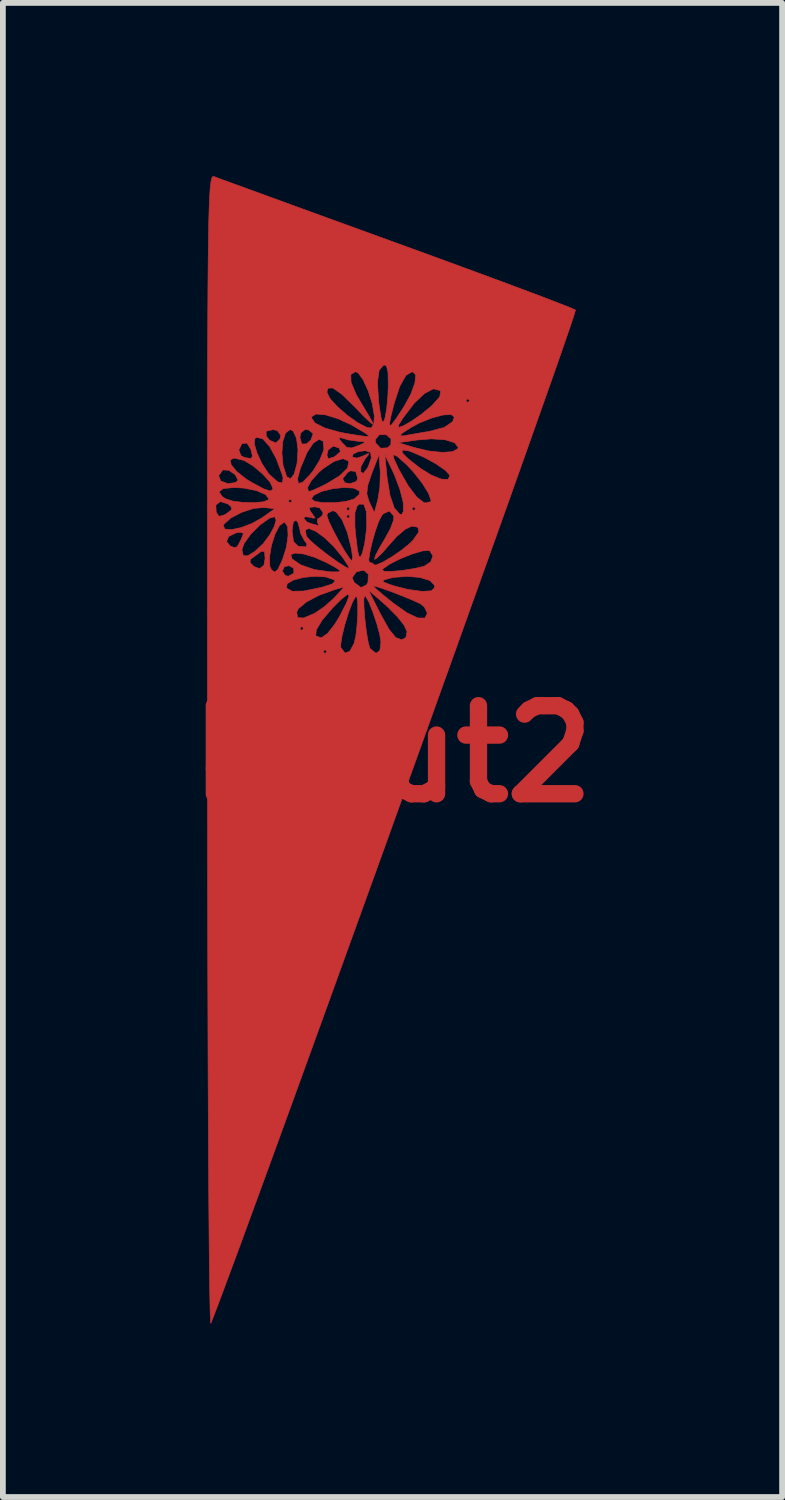
<source format=kicad_pcb>
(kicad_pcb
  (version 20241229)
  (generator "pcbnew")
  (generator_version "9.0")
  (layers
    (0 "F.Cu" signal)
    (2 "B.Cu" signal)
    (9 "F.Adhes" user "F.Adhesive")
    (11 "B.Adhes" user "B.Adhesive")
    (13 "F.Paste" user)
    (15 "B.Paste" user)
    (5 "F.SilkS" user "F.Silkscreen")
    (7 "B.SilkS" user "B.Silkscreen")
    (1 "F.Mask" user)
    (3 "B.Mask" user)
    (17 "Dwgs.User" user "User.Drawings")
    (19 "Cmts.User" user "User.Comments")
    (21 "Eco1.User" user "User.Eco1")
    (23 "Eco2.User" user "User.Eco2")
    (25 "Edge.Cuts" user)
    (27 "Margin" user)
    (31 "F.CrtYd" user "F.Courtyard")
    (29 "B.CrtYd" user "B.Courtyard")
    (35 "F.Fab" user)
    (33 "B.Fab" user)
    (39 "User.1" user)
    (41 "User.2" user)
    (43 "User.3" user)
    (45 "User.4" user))
  (footprint "kikut2"
    (layer "F.Cu")
    (at 3.745 10.001)
    (property "Reference" "kikut2" (at 0 0 0) (layer "F.Cu") (effects (font (size 1.524 1.524) (thickness 0.3))))
    (attr through_hole)
    (fp_poly (pts (xy -3.093 -9.995) (xy -3.091 -9.995) (xy -3.007 -9.963) (xy -2.809 -9.891) (xy -2.511 -9.782) (xy -2.126 -9.642) (xy -1.666 -9.474) (xy -1.143 -9.284) (xy -0.572 -9.076) (xy 0.036 -8.855) (xy 0.067 -8.844) (xy 0.674 -8.623) (xy 1.244 -8.414) (xy 1.763 -8.223) (xy 2.219 -8.053) (xy 2.6 -7.91) (xy 2.893 -7.797) (xy 3.086 -7.721) (xy 3.166 -7.685) (xy 3.167 -7.684) (xy 3.149 -7.619) (xy 3.089 -7.436) (xy 2.989 -7.145) (xy 2.854 -6.755) (xy 2.684 -6.273) (xy 2.485 -5.71) (xy 2.259 -5.073) (xy 2.01 -4.371) (xy 1.739 -3.613) (xy 1.451 -2.808) (xy 1.149 -1.964) (xy 0.835 -1.089) (xy 0.514 -0.194) (xy 0.187 0.714) (xy -0.141 1.627) (xy -0.469 2.534) (xy -0.792 3.428) (xy -1.107 4.3) (xy -1.412 5.141) (xy -1.703 5.943) (xy -1.977 6.696) (xy -2.231 7.393) (xy -2.462 8.024) (xy -2.666 8.581) (xy -2.842 9.055) (xy -2.984 9.437) (xy -3.091 9.719) (xy -3.146 9.859) (xy -3.152 9.809) (xy -3.158 9.632) (xy -3.164 9.336) (xy -3.17 8.928) (xy -3.175 8.415) (xy -3.18 7.804) (xy -3.185 7.103) (xy -3.189 6.318) (xy -3.193 5.457) (xy -3.196 4.527) (xy -3.199 3.535) (xy -3.201 2.488) (xy -3.203 1.394) (xy -3.204 0.259) (xy -3.204 -0.024) (xy -3.205 -1.377) (xy -3.205 -1.771) (xy -1.203 -1.771) (xy -1.17 -1.738) (xy -1.136 -1.771) (xy -1.17 -1.805) (xy -1.203 -1.771) (xy -3.205 -1.771) (xy -3.205 -1.875) (xy -0.899 -1.875) (xy -0.895 -1.842) (xy -0.823 -1.746) (xy -0.739 -1.778) (xy -0.667 -1.909) (xy -0.636 -2.039) (xy -0.615 -2.221) (xy -0.603 -2.419) (xy -0.602 -2.594) (xy -0.611 -2.682) (xy -0.497 -2.682) (xy -0.494 -2.531) (xy -0.478 -2.331) (xy -0.453 -2.12) (xy -0.423 -1.94) (xy -0.393 -1.831) (xy -0.386 -1.821) (xy -0.285 -1.742) (xy -0.22 -1.789) (xy -0.201 -1.933) (xy -0.221 -2.065) (xy -0.272 -2.252) (xy -0.339 -2.452) (xy -0.408 -2.625) (xy -0.465 -2.728) (xy -0.482 -2.741) (xy -0.497 -2.682) (xy -0.611 -2.682) (xy -0.614 -2.708) (xy -0.637 -2.728) (xy -0.695 -2.624) (xy -0.764 -2.441) (xy -0.83 -2.224) (xy -0.879 -2.02) (xy -0.899 -1.875) (xy -3.205 -1.875) (xy -3.205 -2.044) (xy -1.329 -2.044) (xy -1.246 -2.014) (xy -1.22 -2.018) (xy -1.125 -2.086) (xy -1.005 -2.237) (xy -0.921 -2.374) (xy -0.798 -2.612) (xy -0.75 -2.741) (xy -0.78 -2.762) (xy -0.888 -2.677) (xy -1.038 -2.527) (xy -1.22 -2.314) (xy -1.319 -2.148) (xy -1.329 -2.044) (xy -3.205 -2.044) (xy -3.205 -2.172) (xy -1.604 -2.172) (xy -1.571 -2.139) (xy -1.537 -2.172) (xy -1.571 -2.206) (xy -1.604 -2.172) (xy -3.205 -2.172) (xy -3.205 -2.456) (xy -1.659 -2.456) (xy -1.644 -2.359) (xy -1.541 -2.353) (xy -1.35 -2.433) (xy -1.177 -2.551) (xy -1.007 -2.704) (xy -1.003 -2.709) (xy -0.887 -2.835) (xy -0.417 -2.835) (xy -0.211 -2.427) (xy -0.063 -2.161) (xy 0.056 -2.014) (xy 0.158 -1.976) (xy 0.232 -2.015) (xy 0.251 -2.118) (xy 0.198 -2.231) (xy 0.089 -2.368) (xy -0.075 -2.536) (xy -0.158 -2.611) (xy -0.417 -2.835) (xy -0.887 -2.835) (xy -0.836 -2.891) (xy -1.003 -2.843) (xy -1.272 -2.746) (xy -1.491 -2.63) (xy -1.629 -2.515) (xy -1.659 -2.456) (xy -3.205 -2.456) (xy -3.205 -2.603) (xy -3.205 -2.871) (xy -1.836 -2.871) (xy -1.737 -2.816) (xy -1.538 -2.82) (xy -1.229 -2.883) (xy -1.227 -2.884) (xy -1.046 -2.941) (xy -0.992 -2.992) (xy -1.014 -3.016) (xy -1.112 -3.049) (xy -0.699 -3.049) (xy -0.661 -2.966) (xy -0.545 -2.88) (xy -0.488 -2.907) (xy -0.334 -2.907) (xy -0.286 -2.858) (xy -0.16 -2.75) (xy 0.009 -2.613) (xy 0.252 -2.441) (xy 0.441 -2.353) (xy 0.562 -2.353) (xy 0.602 -2.437) (xy 0.549 -2.547) (xy 0.481 -2.6) (xy 0.353 -2.659) (xy 0.172 -2.734) (xy -0.025 -2.81) (xy -0.199 -2.872) (xy -0.312 -2.906) (xy -0.334 -2.907) (xy -0.488 -2.907) (xy -0.452 -2.923) (xy -0.424 -2.978) (xy -0.162 -2.978) (xy -0.053 -2.935) (xy 0.033 -2.907) (xy 0.266 -2.848) (xy 0.492 -2.816) (xy 0.523 -2.814) (xy 0.675 -2.824) (xy 0.726 -2.876) (xy 0.723 -2.924) (xy 0.647 -3.002) (xy 0.478 -3.054) (xy 0.258 -3.074) (xy 0.025 -3.056) (xy -0.061 -3.038) (xy -0.161 -3.006) (xy -0.162 -2.978) (xy -0.424 -2.978) (xy -0.424 -2.979) (xy -0.42 -3.111) (xy -0.499 -3.181) (xy -0.617 -3.155) (xy -0.633 -3.143) (xy -0.699 -3.049) (xy -1.112 -3.049) (xy -1.157 -3.064) (xy -1.345 -3.075) (xy -1.543 -3.055) (xy -1.715 -3.01) (xy -1.824 -2.946) (xy -1.836 -2.871) (xy -3.205 -2.871) (xy -3.205 -3.31) (xy -2.465 -3.31) (xy -2.396 -3.242) (xy -2.303 -3.208) (xy -2.302 -3.208) (xy -2.226 -3.267) (xy -2.206 -3.384) (xy -2.208 -3.405) (xy -2.13 -3.405) (xy -2.124 -3.246) (xy -2.094 -3.186) (xy -2.039 -3.148) (xy -2.018 -3.164) (xy -1.908 -3.164) (xy -1.858 -3.089) (xy -1.805 -3.075) (xy -1.718 -3.123) (xy -1.707 -3.137) (xy -1.712 -3.216) (xy -1.792 -3.259) (xy -1.873 -3.241) (xy -1.908 -3.164) (xy -2.018 -3.164) (xy -1.99 -3.184) (xy -1.926 -3.317) (xy -1.902 -3.373) (xy -1.877 -3.451) (xy -1.761 -3.451) (xy -1.74 -3.378) (xy -1.738 -3.375) (xy -1.586 -3.271) (xy -1.351 -3.191) (xy -1.08 -3.152) (xy -1.036 -3.151) (xy -0.926 -3.153) (xy -0.907 -3.173) (xy -0.926 -3.186) (xy -0.181 -3.186) (xy -0.144 -3.162) (xy -0.013 -3.16) (xy 0.173 -3.177) (xy 0.376 -3.209) (xy 0.545 -3.248) (xy 0.66 -3.323) (xy 0.699 -3.427) (xy 0.647 -3.512) (xy 0.629 -3.521) (xy 0.518 -3.514) (xy 0.336 -3.46) (xy 0.131 -3.377) (xy -0.053 -3.284) (xy -0.169 -3.201) (xy -0.181 -3.186) (xy -0.926 -3.186) (xy -0.988 -3.228) (xy -1.136 -3.309) (xy -1.346 -3.403) (xy -1.538 -3.461) (xy -1.685 -3.477) (xy -1.761 -3.451) (xy -1.877 -3.451) (xy -1.837 -3.579) (xy -1.809 -3.779) (xy -1.812 -3.852) (xy -1.738 -3.852) (xy -1.714 -3.674) (xy -1.635 -3.597) (xy -1.621 -3.593) (xy -1.493 -3.584) (xy -1.481 -3.637) (xy -1.525 -3.691) (xy -1.595 -3.825) (xy -1.603 -3.88) (xy -1.506 -3.88) (xy -1.494 -3.775) (xy -1.492 -3.77) (xy -1.427 -3.695) (xy -1.288 -3.576) (xy -1.114 -3.44) (xy -0.94 -3.316) (xy -0.803 -3.23) (xy -0.748 -3.208) (xy -0.768 -3.256) (xy -0.844 -3.373) (xy -0.865 -3.404) (xy -1.02 -3.593) (xy -1.182 -3.747) (xy -1.33 -3.854) (xy -1.445 -3.902) (xy -1.506 -3.88) (xy -1.603 -3.88) (xy -1.604 -3.886) (xy -1.638 -4.009) (xy -1.671 -4.044) (xy -1.717 -4.016) (xy -1.737 -3.881) (xy -1.738 -3.852) (xy -1.812 -3.852) (xy -1.817 -3.935) (xy -1.864 -4.009) (xy -1.875 -4.011) (xy -1.958 -3.951) (xy -2.036 -3.801) (xy -2.097 -3.605) (xy -2.13 -3.405) (xy -2.208 -3.405) (xy -2.216 -3.503) (xy -2.266 -3.509) (xy -2.323 -3.469) (xy -2.426 -3.392) (xy -2.463 -3.365) (xy -2.465 -3.31) (xy -3.205 -3.31) (xy -3.205 -3.534) (xy -2.607 -3.534) (xy -2.583 -3.43) (xy -2.503 -3.43) (xy -2.378 -3.51) (xy -2.241 -3.639) (xy -2.127 -3.79) (xy -2.048 -3.935) (xy -2.015 -4.049) (xy -2.029 -4.08) (xy -1.537 -4.08) (xy -1.482 -4.015) (xy -1.42 -3.99) (xy -1.311 -3.96) (xy -1.283 -3.951) (xy -1.29 -3.987) (xy -1.303 -4.011) (xy -1.298 -4.072) (xy -1.274 -4.077) (xy -1.216 -4.128) (xy -1.136 -4.128) (xy -1.106 -4.035) (xy -1.03 -3.876) (xy -0.931 -3.689) (xy -0.829 -3.513) (xy -0.744 -3.384) (xy -0.702 -3.342) (xy -0.699 -3.36) (xy -0.412 -3.36) (xy -0.4 -3.311) (xy -0.395 -3.313) (xy -0.338 -3.301) (xy -0.334 -3.278) (xy -0.287 -3.269) (xy -0.166 -3.321) (xy -0.005 -3.416) (xy 0.163 -3.532) (xy 0.307 -3.651) (xy 0.351 -3.695) (xy 0.454 -3.841) (xy 0.44 -3.923) (xy 0.339 -3.944) (xy 0.226 -3.894) (xy 0.074 -3.765) (xy -0.038 -3.641) (xy -0.175 -3.484) (xy -0.276 -3.386) (xy -0.314 -3.366) (xy -0.296 -3.432) (xy -0.222 -3.575) (xy -0.142 -3.708) (xy -0.037 -3.898) (xy 0.02 -4.053) (xy 0.022 -4.117) (xy -0.052 -4.205) (xy -0.153 -4.163) (xy -0.186 -4.128) (xy -0.238 -4.028) (xy -0.296 -3.864) (xy -0.351 -3.673) (xy -0.392 -3.493) (xy -0.412 -3.36) (xy -0.699 -3.36) (xy -0.692 -3.399) (xy -0.709 -3.539) (xy -0.713 -3.559) (xy -0.784 -3.838) (xy -0.875 -4.056) (xy -0.917 -4.111) (xy -0.802 -4.111) (xy -0.769 -4.077) (xy -0.735 -4.111) (xy -0.769 -4.144) (xy -0.802 -4.111) (xy -0.917 -4.111) (xy -0.966 -4.176) (xy -0.651 -4.176) (xy -0.651 -3.936) (xy -0.635 -3.765) (xy -0.607 -3.534) (xy -0.582 -3.42) (xy -0.555 -3.409) (xy -0.523 -3.474) (xy -0.482 -3.643) (xy -0.453 -3.87) (xy -0.448 -3.953) (xy -0.454 -4.197) (xy -0.498 -4.323) (xy -0.576 -4.324) (xy -0.611 -4.295) (xy -0.651 -4.176) (xy -0.966 -4.176) (xy -0.974 -4.187) (xy -1.033 -4.211) (xy -1.123 -4.168) (xy -1.136 -4.128) (xy -1.216 -4.128) (xy -1.211 -4.131) (xy -1.203 -4.178) (xy -1.25 -4.244) (xy -0.802 -4.244) (xy -0.769 -4.211) (xy -0.735 -4.244) (xy -0.769 -4.278) (xy -0.802 -4.244) (xy -1.25 -4.244) (xy -1.26 -4.259) (xy -1.345 -4.278) (xy -1.442 -4.265) (xy -1.425 -4.203) (xy -1.395 -4.165) (xy -1.339 -4.085) (xy -1.381 -4.082) (xy -1.42 -4.096) (xy -1.516 -4.106) (xy -1.537 -4.08) (xy -2.029 -4.08) (xy -2.04 -4.106) (xy -2.124 -4.085) (xy -2.296 -3.963) (xy -2.457 -3.801) (xy -2.572 -3.639) (xy -2.607 -3.534) (xy -3.205 -3.534) (xy -3.205 -3.675) (xy -2.873 -3.675) (xy -2.808 -3.598) (xy -2.791 -3.591) (xy -2.724 -3.569) (xy -2.684 -3.595) (xy -2.628 -3.699) (xy -2.619 -3.717) (xy -2.58 -3.817) (xy -2.633 -3.838) (xy -2.71 -3.826) (xy -2.836 -3.765) (xy -2.873 -3.675) (xy -3.205 -3.675) (xy -3.205 -3.708) (xy -3.205 -3.95) (xy -2.93 -3.95) (xy -2.902 -3.892) (xy -2.787 -3.883) (xy -2.618 -3.919) (xy -2.429 -3.991) (xy -2.255 -4.09) (xy -2.039 -4.244) (xy -2.224 -4.266) (xy -2.404 -4.25) (xy -2.611 -4.182) (xy -2.798 -4.085) (xy -2.916 -3.979) (xy -2.93 -3.95) (xy -3.205 -3.95) (xy -3.205 -4.307) (xy -3.059 -4.307) (xy -3.052 -4.181) (xy -3.002 -4.112) (xy -2.912 -4.137) (xy -2.875 -4.159) (xy -2.782 -4.23) (xy -2.8 -4.287) (xy -2.853 -4.328) (xy -2.98 -4.369) (xy -3.059 -4.307) (xy -3.205 -4.307) (xy -3.205 -4.537) (xy -3.003 -4.537) (xy -2.949 -4.455) (xy -2.891 -4.417) (xy -2.761 -4.375) (xy -2.577 -4.353) (xy -2.383 -4.35) (xy -2.223 -4.366) (xy -2.197 -4.378) (xy -1.805 -4.378) (xy -1.771 -4.345) (xy -1.738 -4.378) (xy -1.771 -4.412) (xy -1.805 -4.378) (xy -2.197 -4.378) (xy -2.142 -4.403) (xy -2.139 -4.413) (xy -1.404 -4.413) (xy -1.345 -4.371) (xy -1.198 -4.349) (xy -1.008 -4.349) (xy -0.818 -4.369) (xy -0.673 -4.41) (xy -0.662 -4.415) (xy -0.574 -4.494) (xy -0.574 -4.503) (xy -0.445 -4.503) (xy -0.408 -4.375) (xy -0.399 -4.355) (xy -0.315 -4.178) (xy -0.254 -4.401) (xy -0.219 -4.621) (xy -0.212 -4.868) (xy -0.214 -4.902) (xy -0.234 -5.18) (xy -0.133 -5.18) (xy -0.094 -4.785) (xy -0.044 -4.476) (xy 0.03 -4.259) (xy 0.123 -4.152) (xy 0.159 -4.144) (xy 0.189 -4.202) (xy 0.188 -4.244) (xy 0.334 -4.244) (xy 0.368 -4.211) (xy 0.401 -4.244) (xy 0.368 -4.278) (xy 0.334 -4.244) (xy 0.188 -4.244) (xy 0.185 -4.343) (xy 0.181 -4.372) (xy 0.128 -4.577) (xy 0.039 -4.815) (xy 0.006 -4.89) (xy -0.133 -5.18) (xy -0.234 -5.18) (xy -0.359 -4.857) (xy -0.43 -4.646) (xy -0.445 -4.503) (xy -0.574 -4.503) (xy -0.57 -4.549) (xy -0.668 -4.601) (xy -0.84 -4.612) (xy -1.042 -4.59) (xy -1.232 -4.542) (xy -1.366 -4.475) (xy -1.404 -4.413) (xy -2.139 -4.413) (xy -2.2 -4.492) (xy -2.358 -4.559) (xy -2.578 -4.602) (xy -2.745 -4.612) (xy -2.933 -4.592) (xy -3.003 -4.537) (xy -3.205 -4.537) (xy -3.205 -4.697) (xy -3.205 -4.819) (xy -3.01 -4.819) (xy -2.975 -4.725) (xy -2.852 -4.679) (xy -2.841 -4.679) (xy -2.715 -4.699) (xy -2.674 -4.738) (xy -2.724 -4.835) (xy -2.832 -4.909) (xy -2.934 -4.917) (xy -2.938 -4.915) (xy -3.01 -4.819) (xy -3.205 -4.819) (xy -3.204 -5.09) (xy -2.81 -5.09) (xy -2.793 -5.006) (xy -2.697 -4.888) (xy -2.528 -4.755) (xy -2.433 -4.697) (xy -2.231 -4.589) (xy -2.118 -4.551) (xy -2.075 -4.578) (xy -2.072 -4.602) (xy -2.077 -4.613) (xy -1.471 -4.613) (xy -1.457 -4.549) (xy -1.434 -4.545) (xy -1.358 -4.573) (xy -1.209 -4.643) (xy -1.146 -4.674) (xy -1 -4.763) (xy -0.863 -4.763) (xy -0.826 -4.694) (xy -0.735 -4.679) (xy -0.627 -4.716) (xy -0.602 -4.768) (xy -0.638 -4.89) (xy -0.731 -4.901) (xy -0.779 -4.871) (xy -0.863 -4.763) (xy -1 -4.763) (xy -0.914 -4.816) (xy -0.779 -4.949) (xy -0.757 -5.059) (xy -0.763 -5.071) (xy -0.858 -5.111) (xy -1.014 -5.063) (xy -1.203 -4.938) (xy -1.272 -4.878) (xy -1.405 -4.732) (xy -1.471 -4.613) (xy -2.077 -4.613) (xy -2.122 -4.706) (xy -2.246 -4.844) (xy -2.405 -4.979) (xy -2.559 -5.074) (xy -2.58 -5.083) (xy -2.742 -5.121) (xy -2.81 -5.09) (xy -3.204 -5.09) (xy -3.204 -5.264) (xy -2.661 -5.264) (xy -2.624 -5.164) (xy -2.561 -5.131) (xy -2.449 -5.113) (xy -2.425 -5.156) (xy -2.451 -5.269) (xy -2.511 -5.367) (xy -2.393 -5.367) (xy -2.346 -5.209) (xy -2.261 -5.027) (xy -2.155 -4.866) (xy -2.126 -4.832) (xy -1.987 -4.709) (xy -1.907 -4.691) (xy -1.895 -4.778) (xy -1.908 -4.829) (xy -2.013 -5.111) (xy -2.065 -5.207) (xy -1.915 -5.207) (xy -1.895 -4.996) (xy -1.837 -4.815) (xy -1.826 -4.795) (xy -1.765 -4.764) (xy -1.764 -4.764) (xy -1.644 -4.764) (xy -1.63 -4.681) (xy -1.556 -4.703) (xy -1.426 -4.837) (xy -1.375 -4.901) (xy -1.262 -5.083) (xy -1.225 -5.174) (xy -1.136 -5.174) (xy -1.114 -5.111) (xy -1.025 -5.135) (xy -1.018 -5.139) (xy -0.697 -5.139) (xy -0.618 -5.121) (xy -0.514 -5.156) (xy -0.414 -5.204) (xy -0.419 -5.175) (xy -0.476 -5.106) (xy -0.547 -4.974) (xy -0.55 -4.885) (xy -0.506 -4.855) (xy -0.434 -4.949) (xy -0.419 -4.976) (xy -0.367 -5.123) (xy -0.375 -5.184) (xy 0.014 -5.184) (xy 0.023 -5.112) (xy 0.106 -4.932) (xy 0.109 -4.926) (xy 0.272 -4.641) (xy 0.421 -4.444) (xy 0.544 -4.35) (xy 0.573 -4.345) (xy 0.659 -4.366) (xy 0.668 -4.381) (xy 0.625 -4.508) (xy 0.513 -4.689) (xy 0.358 -4.885) (xy 0.24 -5.01) (xy 0.085 -5.148) (xy 0.014 -5.184) (xy -0.375 -5.184) (xy -0.379 -5.218) (xy -0.379 -5.219) (xy -0.469 -5.249) (xy -0.589 -5.235) (xy -0.682 -5.192) (xy -0.697 -5.139) (xy -1.018 -5.139) (xy -0.995 -5.151) (xy -0.903 -5.232) (xy -0.912 -5.262) (xy 0.168 -5.262) (xy 0.17 -5.212) (xy 0.277 -5.103) (xy 0.485 -4.942) (xy 0.68 -4.822) (xy 0.847 -4.757) (xy 0.959 -4.752) (xy 0.991 -4.813) (xy 0.987 -4.829) (xy 0.911 -4.912) (xy 0.752 -5.022) (xy 0.55 -5.133) (xy 0.345 -5.223) (xy 0.276 -5.247) (xy 0.168 -5.262) (xy -0.912 -5.262) (xy -0.923 -5.294) (xy -1.026 -5.329) (xy -1.113 -5.264) (xy -1.136 -5.174) (xy -1.225 -5.174) (xy -1.193 -5.254) (xy -1.188 -5.285) (xy -1.203 -5.416) (xy -1.273 -5.446) (xy -1.372 -5.38) (xy -1.475 -5.226) (xy -1.481 -5.214) (xy -1.595 -4.944) (xy -1.644 -4.764) (xy -1.764 -4.764) (xy -1.703 -4.846) (xy -1.655 -5.021) (xy -1.653 -5.031) (xy -1.637 -5.265) (xy -1.662 -5.463) (xy -1.67 -5.481) (xy -1.604 -5.481) (xy -1.572 -5.365) (xy -1.488 -5.367) (xy -1.412 -5.437) (xy -1.396 -5.482) (xy -0.929 -5.482) (xy -0.909 -5.433) (xy -0.877 -5.393) (xy -0.793 -5.307) (xy -0.707 -5.296) (xy -0.568 -5.347) (xy -0.476 -5.392) (xy -0.511 -5.407) (xy -0.579 -5.41) (xy -0.76 -5.435) (xy -0.781 -5.441) (xy -0.299 -5.441) (xy -0.293 -5.383) (xy -0.204 -5.292) (xy -0.086 -5.299) (xy -0.03 -5.353) (xy -0.028 -5.388) (xy 0.1 -5.388) (xy 0.368 -5.306) (xy 0.628 -5.244) (xy 0.863 -5.22) (xy 1.041 -5.233) (xy 1.131 -5.284) (xy 1.136 -5.306) (xy 1.075 -5.387) (xy 0.911 -5.438) (xy 0.672 -5.454) (xy 0.417 -5.433) (xy 0.1 -5.388) (xy -0.028 -5.388) (xy -0.026 -5.454) (xy -0.086 -5.506) (xy 0.127 -5.506) (xy 0.193 -5.507) (xy 0.201 -5.508) (xy 0.379 -5.54) (xy 0.6 -5.578) (xy 0.635 -5.583) (xy 0.896 -5.652) (xy 1.041 -5.752) (xy 1.069 -5.832) (xy 1.015 -5.875) (xy 0.874 -5.867) (xy 0.68 -5.816) (xy 0.466 -5.73) (xy 0.318 -5.65) (xy 0.166 -5.551) (xy 0.127 -5.506) (xy -0.086 -5.506) (xy -0.108 -5.525) (xy -0.228 -5.526) (xy -0.299 -5.441) (xy -0.781 -5.441) (xy -0.847 -5.46) (xy -0.929 -5.482) (xy -1.396 -5.482) (xy -1.374 -5.546) (xy -1.453 -5.608) (xy -1.515 -5.615) (xy -1.587 -5.559) (xy -1.604 -5.481) (xy -1.67 -5.481) (xy -1.72 -5.589) (xy -1.772 -5.615) (xy -1.851 -5.556) (xy -1.9 -5.407) (xy -1.915 -5.207) (xy -2.065 -5.207) (xy -2.131 -5.326) (xy -2.248 -5.455) (xy -2.352 -5.48) (xy -2.384 -5.459) (xy -2.393 -5.367) (xy -2.511 -5.367) (xy -2.519 -5.38) (xy -2.605 -5.374) (xy -2.661 -5.264) (xy -3.204 -5.264) (xy -3.204 -5.578) (xy -3.204 -5.585) (xy -2.189 -5.585) (xy -2.185 -5.5) (xy -2.128 -5.43) (xy -2.021 -5.383) (xy -1.949 -5.45) (xy -1.938 -5.518) (xy -1.994 -5.597) (xy -2.072 -5.615) (xy -2.189 -5.585) (xy -3.204 -5.585) (xy -3.204 -5.818) (xy -1.404 -5.818) (xy -1.341 -5.728) (xy -1.169 -5.641) (xy -0.913 -5.569) (xy -0.811 -5.549) (xy -0.573 -5.51) (xy -0.446 -5.494) (xy -0.41 -5.502) (xy -0.442 -5.533) (xy -0.468 -5.552) (xy -0.713 -5.697) (xy -0.955 -5.807) (xy -1.168 -5.871) (xy -1.325 -5.884) (xy -1.401 -5.837) (xy -1.404 -5.818) (xy -3.204 -5.818) (xy -3.203 -6.262) (xy -1.136 -6.262) (xy -1.085 -6.155) (xy -0.955 -6.012) (xy -0.782 -5.861) (xy -0.6 -5.732) (xy -0.445 -5.652) (xy -0.368 -5.642) (xy -0.34 -5.689) (xy 0.102 -5.689) (xy 0.106 -5.652) (xy 0.19 -5.681) (xy 0.327 -5.76) (xy 0.49 -5.873) (xy 0.653 -6.005) (xy 0.687 -6.036) (xy 0.759 -6.116) (xy 1.27 -6.116) (xy 1.303 -6.083) (xy 1.337 -6.116) (xy 1.303 -6.149) (xy 1.27 -6.116) (xy 0.759 -6.116) (xy 0.816 -6.18) (xy 0.833 -6.274) (xy 0.82 -6.292) (xy 0.708 -6.32) (xy 0.554 -6.24) (xy 0.374 -6.069) (xy 0.183 -5.818) (xy 0.102 -5.689) (xy -0.34 -5.689) (xy -0.337 -5.694) (xy -0.055 -5.694) (xy -0.024 -5.69) (xy 0.063 -5.806) (xy 0.194 -6.005) (xy 0.318 -6.23) (xy 0.388 -6.425) (xy 0.4 -6.563) (xy 0.345 -6.617) (xy 0.342 -6.617) (xy 0.231 -6.552) (xy 0.123 -6.358) (xy 0.029 -6.07) (xy -0.035 -5.82) (xy -0.055 -5.694) (xy -0.337 -5.694) (xy -0.324 -5.716) (xy -0.315 -5.856) (xy -0.352 -6.068) (xy -0.422 -6.287) (xy -0.49 -6.435) (xy -0.261 -6.435) (xy -0.241 -6.107) (xy -0.23 -6.021) (xy -0.199 -5.821) (xy -0.174 -5.741) (xy -0.147 -5.766) (xy -0.13 -5.815) (xy -0.101 -5.975) (xy -0.08 -6.207) (xy -0.074 -6.372) (xy -0.078 -6.603) (xy -0.105 -6.717) (xy -0.15 -6.735) (xy -0.231 -6.643) (xy -0.261 -6.435) (xy -0.49 -6.435) (xy -0.508 -6.476) (xy -0.595 -6.595) (xy -0.641 -6.617) (xy -0.722 -6.569) (xy -0.718 -6.433) (xy -0.629 -6.221) (xy -0.535 -6.06) (xy -0.425 -5.88) (xy -0.352 -5.749) (xy -0.334 -5.705) (xy -0.376 -5.73) (xy -0.485 -5.832) (xy -0.638 -5.991) (xy -0.655 -6.008) (xy -0.879 -6.227) (xy -1.034 -6.335) (xy -1.119 -6.331) (xy -1.136 -6.262) (xy -3.203 -6.262) (xy -3.203 -6.357) (xy -3.201 -7.039) (xy -3.198 -7.631) (xy -3.195 -8.14) (xy -3.191 -8.571) (xy -3.186 -8.931) (xy -3.181 -9.226) (xy -3.174 -9.462) (xy -3.166 -9.646) (xy -3.157 -9.783) (xy -3.147 -9.881) (xy -3.136 -9.944) (xy -3.123 -9.981) (xy -3.109 -9.996) (xy -3.093 -9.995)) (stroke (width 0.01) (type solid)) (fill yes) (layer "F.Cu")))
  (gr_rect
    (start -3 -3)
    (end 10.489 22.865)
    (stroke (width 0.1) (type default))
    (fill no)
    (layer "Edge.Cuts")))
</source>
